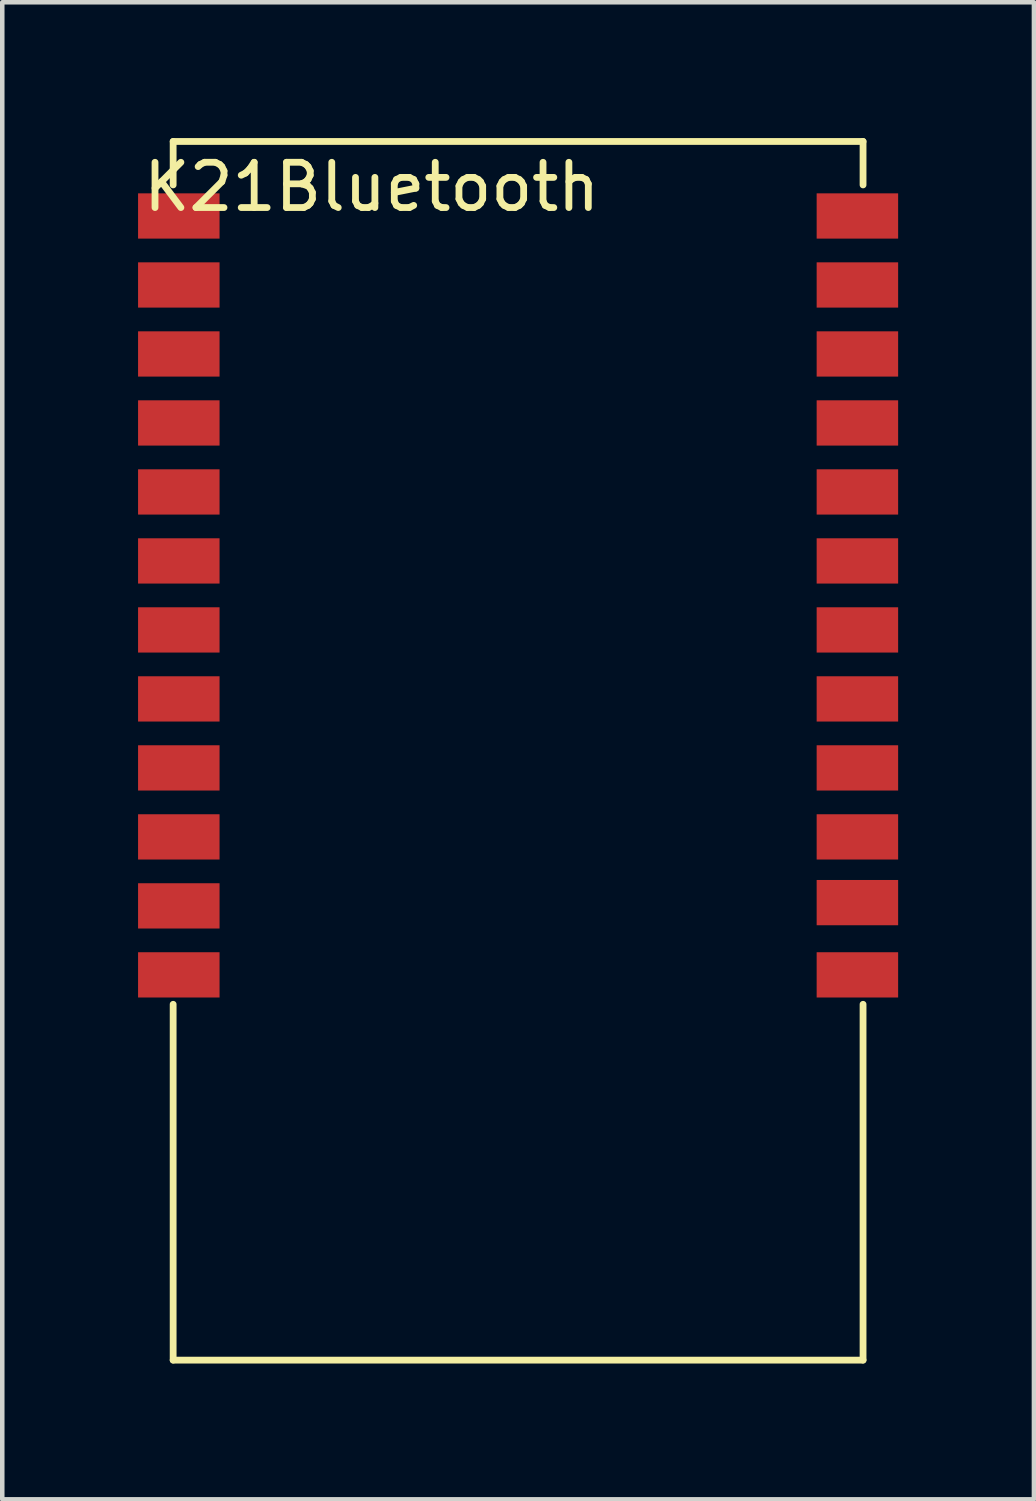
<source format=kicad_pcb>
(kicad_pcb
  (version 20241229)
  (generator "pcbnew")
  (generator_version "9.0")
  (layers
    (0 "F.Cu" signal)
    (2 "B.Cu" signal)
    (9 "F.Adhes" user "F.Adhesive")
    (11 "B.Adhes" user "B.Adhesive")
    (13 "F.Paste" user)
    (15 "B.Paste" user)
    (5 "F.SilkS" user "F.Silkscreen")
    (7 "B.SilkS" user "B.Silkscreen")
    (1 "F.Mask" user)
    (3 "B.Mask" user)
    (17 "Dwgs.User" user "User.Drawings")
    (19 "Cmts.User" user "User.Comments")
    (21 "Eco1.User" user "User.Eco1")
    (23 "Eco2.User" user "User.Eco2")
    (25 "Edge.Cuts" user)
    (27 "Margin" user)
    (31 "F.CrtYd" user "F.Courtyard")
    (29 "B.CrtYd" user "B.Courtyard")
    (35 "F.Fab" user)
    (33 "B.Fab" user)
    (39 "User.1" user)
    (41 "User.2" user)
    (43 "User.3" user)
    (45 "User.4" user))
  (footprint "K21Bluetooth"
    (layer "F.Cu")
    (at 0.775 18.985)
    (property "Reference" "K21Bluetooth" (at 4.385 -17.905 0) (layer "F.SilkS") (effects (font (size 1 1) (thickness 0.15))))
    (attr through_hole)
    (fp_line (start 0 -17.95) (end 0 -18.91) (stroke (width 0.15) (type solid)) (layer "F.SilkS"))
    (fp_line (start 0 0.15) (end 0 8.01) (stroke (width 0.15) (type solid)) (layer "F.SilkS"))
    (fp_line (start 0 8.01) (end 15.24 8.01) (stroke (width 0.15) (type solid)) (layer "F.SilkS"))
    (fp_line (start 15.24 -18.91) (end 0 -18.91) (stroke (width 0.15) (type solid)) (layer "F.SilkS"))
    (fp_line (start 15.24 -17.95) (end 15.24 -18.91) (stroke (width 0.15) (type solid)) (layer "F.SilkS"))
    (fp_line (start 15.24 8.01) (end 15.24 0.15) (stroke (width 0.15) (type solid)) (layer "F.SilkS"))
    (pad "1" smd rect (at 0.125 -17.264) (size 1.8 1) (layers "F.Cu" "F.Mask" "F.Paste"))
    (pad "2" smd rect (at 0.125 -15.74) (size 1.8 1) (layers "F.Cu" "F.Mask" "F.Paste"))
    (pad "3" smd rect (at 0.125 -14.216) (size 1.8 1) (layers "F.Cu" "F.Mask" "F.Paste"))
    (pad "4" smd rect (at 0.125 -12.692) (size 1.8 1) (layers "F.Cu" "F.Mask" "F.Paste"))
    (pad "5" smd rect (at 0.125 -11.168) (size 1.8 1) (layers "F.Cu" "F.Mask" "F.Paste"))
    (pad "6" smd rect (at 0.125 -9.644) (size 1.8 1) (layers "F.Cu" "F.Mask" "F.Paste"))
    (pad "7" smd rect (at 0.125 -8.12) (size 1.8 1) (layers "F.Cu" "F.Mask" "F.Paste"))
    (pad "8" smd rect (at 0.125 -6.596) (size 1.8 1) (layers "F.Cu" "F.Mask" "F.Paste"))
    (pad "9" smd rect (at 0.125 -5.072) (size 1.8 1) (layers "F.Cu" "F.Mask" "F.Paste"))
    (pad "10" smd rect (at 0.125 -3.548) (size 1.8 1) (layers "F.Cu" "F.Mask" "F.Paste"))
    (pad "11" smd rect (at 0.125 -2.024) (size 1.8 1) (layers "F.Cu" "F.Mask" "F.Paste"))
    (pad "12" smd rect (at 0.125 -0.5) (size 1.8 1) (layers "F.Cu" "F.Mask" "F.Paste"))
    (pad "13" smd rect (at 15.115 -0.5) (size 1.8 1) (layers "F.Cu" "F.Mask" "F.Paste"))
    (pad "14" smd rect (at 15.115 -2.096) (size 1.8 1) (layers "F.Cu" "F.Mask" "F.Paste"))
    (pad "15" smd rect (at 15.115 -3.548) (size 1.8 1) (layers "F.Cu" "F.Mask" "F.Paste"))
    (pad "16" smd rect (at 15.115 -5.072) (size 1.8 1) (layers "F.Cu" "F.Mask" "F.Paste"))
    (pad "17" smd rect (at 15.115 -6.596) (size 1.8 1) (layers "F.Cu" "F.Mask" "F.Paste"))
    (pad "18" smd rect (at 15.115 -8.12) (size 1.8 1) (layers "F.Cu" "F.Mask" "F.Paste"))
    (pad "19" smd rect (at 15.115 -9.644) (size 1.8 1) (layers "F.Cu" "F.Mask" "F.Paste"))
    (pad "20" smd rect (at 15.115 -11.168) (size 1.8 1) (layers "F.Cu" "F.Mask" "F.Paste"))
    (pad "21" smd rect (at 15.115 -12.692) (size 1.8 1) (layers "F.Cu" "F.Mask" "F.Paste"))
    (pad "22" smd rect (at 15.115 -14.216) (size 1.8 1) (layers "F.Cu" "F.Mask" "F.Paste"))
    (pad "23" smd rect (at 15.115 -15.74) (size 1.8 1) (layers "F.Cu" "F.Mask" "F.Paste"))
    (pad "24" smd rect (at 15.115 -17.264) (size 1.8 1) (layers "F.Cu" "F.Mask" "F.Paste")))
  (gr_rect
    (start -3 -3)
    (end 19.79 30.07)
    (stroke (width 0.1) (type default))
    (fill no)
    (layer "Edge.Cuts")))
</source>
